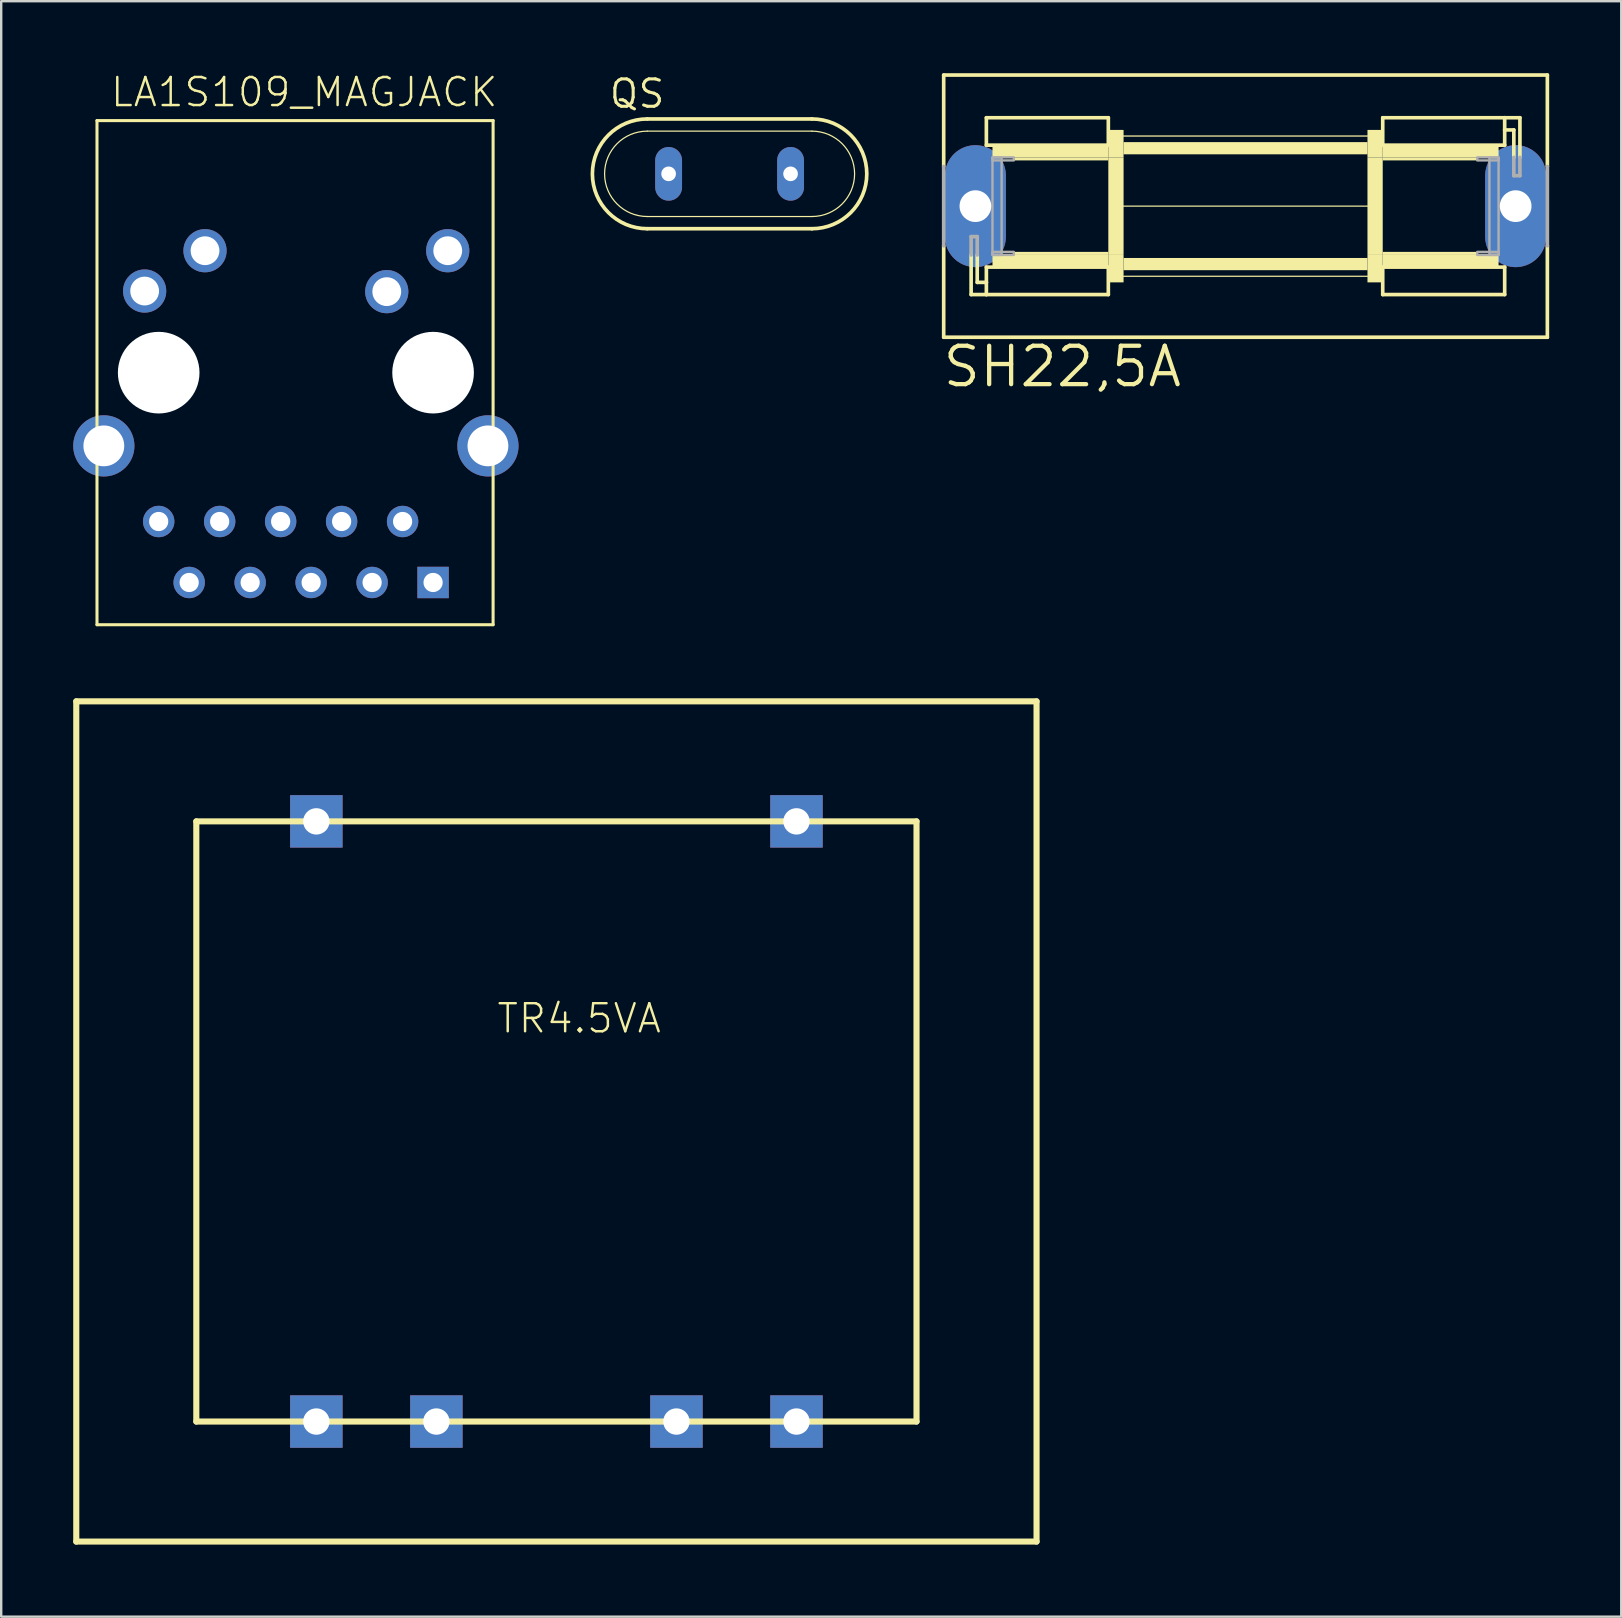
<source format=kicad_pcb>
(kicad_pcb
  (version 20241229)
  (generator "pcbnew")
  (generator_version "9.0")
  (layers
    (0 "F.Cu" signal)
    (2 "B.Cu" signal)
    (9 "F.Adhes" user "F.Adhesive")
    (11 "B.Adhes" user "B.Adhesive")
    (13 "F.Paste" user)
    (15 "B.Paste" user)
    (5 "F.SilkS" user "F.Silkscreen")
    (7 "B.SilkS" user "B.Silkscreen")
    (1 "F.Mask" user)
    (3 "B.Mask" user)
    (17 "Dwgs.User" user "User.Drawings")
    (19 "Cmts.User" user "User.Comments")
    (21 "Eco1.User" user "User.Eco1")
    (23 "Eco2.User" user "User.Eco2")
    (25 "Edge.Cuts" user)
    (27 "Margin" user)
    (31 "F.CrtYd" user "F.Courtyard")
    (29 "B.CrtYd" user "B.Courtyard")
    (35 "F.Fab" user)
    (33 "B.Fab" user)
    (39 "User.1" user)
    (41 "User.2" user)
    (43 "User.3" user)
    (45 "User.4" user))
  (footprint "LA1S109_MAGJACK"
    (layer "F.Cu")
    (at 14.99 12.473)
    (property "Reference" "LA1S109_MAGJACK" (at -13.5 -11 0) (unlocked yes) (layer "F.SilkS") (effects (font (size 1.168 1.168) (thickness 0.102)) (justify left bottom)))
    (fp_line (start -14 -10.5) (end -14 10.5) (stroke (width 0.127) (type solid)) (layer "F.SilkS"))
    (fp_line (start -14 10.5) (end 2.5 10.5) (stroke (width 0.127) (type solid)) (layer "F.SilkS"))
    (fp_line (start 2.5 -10.5) (end -14 -10.5) (stroke (width 0.127) (type solid)) (layer "F.SilkS"))
    (fp_line (start 2.5 10.5) (end 2.5 -10.5) (stroke (width 0.127) (type solid)) (layer "F.SilkS"))
    (pad "" np_thru_hole circle (at -11.43 0) (size 3.4 3.4) (drill 3.4) (layers "*.Cu" "*.Mask"))
    (pad "" np_thru_hole circle (at 0 0) (size 3.4 3.4) (drill 3.4) (layers "*.Cu" "*.Mask"))
    (pad "GREEN+" thru_hole circle (at 0.61 -5.08) (size 1.8 1.8) (drill 1.2) (layers "*.Cu" "*.Mask"))
    (pad "GREEN-" thru_hole circle (at -1.93 -3.375) (size 1.8 1.8) (drill 1.2) (layers "*.Cu" "*.Mask"))
    (pad "P$1" thru_hole rect (at 0 8.74) (size 1.308 1.308) (drill 0.8) (layers "*.Cu" "*.Mask"))
    (pad "P$2" thru_hole circle (at -1.27 6.2) (size 1.308 1.308) (drill 0.8) (layers "*.Cu" "*.Mask"))
    (pad "P$3" thru_hole circle (at -2.54 8.74) (size 1.308 1.308) (drill 0.8) (layers "*.Cu" "*.Mask"))
    (pad "P$4" thru_hole circle (at -3.81 6.2) (size 1.308 1.308) (drill 0.8) (layers "*.Cu" "*.Mask"))
    (pad "P$5" thru_hole circle (at -5.08 8.74) (size 1.308 1.308) (drill 0.8) (layers "*.Cu" "*.Mask"))
    (pad "P$6" thru_hole circle (at -6.35 6.2) (size 1.308 1.308) (drill 0.8) (layers "*.Cu" "*.Mask"))
    (pad "P$7" thru_hole circle (at -7.62 8.74) (size 1.308 1.308) (drill 0.8) (layers "*.Cu" "*.Mask"))
    (pad "P$8" thru_hole circle (at -8.89 6.2) (size 1.308 1.308) (drill 0.8) (layers "*.Cu" "*.Mask"))
    (pad "P$9" thru_hole circle (at -10.16 8.74) (size 1.308 1.308) (drill 0.8) (layers "*.Cu" "*.Mask"))
    (pad "P$10" thru_hole circle (at -11.43 6.2) (size 1.308 1.308) (drill 0.8) (layers "*.Cu" "*.Mask"))
    (pad "SHIELD" thru_hole circle (at -13.715 3.05) (size 2.55 2.55) (drill 1.7) (layers "*.Cu" "*.Mask"))
    (pad "SHIELD2" thru_hole circle (at 2.285 3.05) (size 2.55 2.55) (drill 1.7) (layers "*.Cu" "*.Mask"))
    (pad "YELLO+" thru_hole circle (at -12.015 -3.4) (size 1.8 1.8) (drill 1.2) (layers "*.Cu" "*.Mask"))
    (pad "YELLOW-" thru_hole circle (at -9.5 -5.08) (size 1.8 1.8) (drill 1.2) (layers "*.Cu" "*.Mask")))
  (footprint "TR4.5VA"
    (layer "F.Cu")
    (at 20.127 31.164)
    (property "Reference" "TR4.5VA" (at -2.54 8.89 0) (unlocked yes) (layer "F.SilkS") (effects (font (size 1.168 1.168) (thickness 0.102)) (justify left bottom)))
    (fp_line (start -20 -5) (end -20 30) (stroke (width 0.254) (type solid)) (layer "F.SilkS"))
    (fp_line (start -20 30) (end 20 30) (stroke (width 0.254) (type solid)) (layer "F.SilkS"))
    (fp_line (start -15 0) (end -15 25) (stroke (width 0.254) (type solid)) (layer "F.SilkS"))
    (fp_line (start -15 25) (end 15 25) (stroke (width 0.254) (type solid)) (layer "F.SilkS"))
    (fp_line (start 15 0) (end -15 0) (stroke (width 0.254) (type solid)) (layer "F.SilkS"))
    (fp_line (start 15 25) (end 15 0) (stroke (width 0.254) (type solid)) (layer "F.SilkS"))
    (fp_line (start 20 -5) (end -20 -5) (stroke (width 0.254) (type solid)) (layer "F.SilkS"))
    (fp_line (start 20 30) (end 20 -5) (stroke (width 0.254) (type solid)) (layer "F.SilkS"))
    (pad "PR1" thru_hole rect (at -10 0) (size 2.184 2.184) (drill 1.1) (layers "*.Cu" "*.Mask"))
    (pad "PR2" thru_hole rect (at 10 0) (size 2.184 2.184) (drill 1.1) (layers "*.Cu" "*.Mask"))
    (pad "SA_1" thru_hole rect (at -10 25) (size 2.184 2.184) (drill 1.1) (layers "*.Cu" "*.Mask"))
    (pad "SA_2" thru_hole rect (at -5 25) (size 2.184 2.184) (drill 1.1) (layers "*.Cu" "*.Mask"))
    (pad "SB1" thru_hole rect (at 5 25) (size 2.184 2.184) (drill 1.1) (layers "*.Cu" "*.Mask"))
    (pad "SB2" thru_hole rect (at 10 25) (size 2.184 2.184) (drill 1.1) (layers "*.Cu" "*.Mask")))
  (footprint "SH22,5A"
    (layer "F.Cu")
    (at 48.832 5.537)
    (property "Reference" "SH22,5A" (at -12.7 7.62 0) (unlocked yes) (layer "F.SilkS") (effects (font (size 1.6 1.6) (thickness 0.178)) (justify left bottom)))
    (fp_line (start -12.573 -5.461) (end -12.573 -1.651) (stroke (width 0.152) (type solid)) (layer "F.SilkS"))
    (fp_line (start -12.573 1.651) (end -12.573 5.461) (stroke (width 0.152) (type solid)) (layer "F.SilkS"))
    (fp_line (start -12.573 5.461) (end 12.573 5.461) (stroke (width 0.152) (type solid)) (layer "F.SilkS"))
    (fp_line (start -11.43 3.683) (end -11.43 2.032) (stroke (width 0.152) (type solid)) (layer "F.SilkS"))
    (fp_line (start -11.176 2.032) (end -11.176 3.175) (stroke (width 0.152) (type solid)) (layer "F.SilkS"))
    (fp_line (start -11.176 3.175) (end -10.795 3.175) (stroke (width 0.152) (type solid)) (layer "F.SilkS"))
    (fp_line (start -10.795 -3.683) (end -10.795 -2.54) (stroke (width 0.152) (type solid)) (layer "F.SilkS"))
    (fp_line (start -10.795 -3.683) (end -5.715 -3.683) (stroke (width 0.152) (type solid)) (layer "F.SilkS"))
    (fp_line (start -10.795 -2.54) (end -5.715 -2.54) (stroke (width 0.152) (type solid)) (layer "F.SilkS"))
    (fp_line (start -10.795 2.54) (end -5.715 2.54) (stroke (width 0.152) (type solid)) (layer "F.SilkS"))
    (fp_line (start -10.795 3.175) (end -10.795 2.54) (stroke (width 0.152) (type solid)) (layer "F.SilkS"))
    (fp_line (start -10.795 3.683) (end -11.43 3.683) (stroke (width 0.152) (type solid)) (layer "F.SilkS"))
    (fp_line (start -10.795 3.683) (end -10.795 3.175) (stroke (width 0.152) (type solid)) (layer "F.SilkS"))
    (fp_line (start -5.715 -2.54) (end -5.715 -3.683) (stroke (width 0.152) (type solid)) (layer "F.SilkS"))
    (fp_line (start -5.715 3.683) (end -10.795 3.683) (stroke (width 0.152) (type solid)) (layer "F.SilkS"))
    (fp_line (start -5.715 3.683) (end -5.715 2.54) (stroke (width 0.152) (type solid)) (layer "F.SilkS"))
    (fp_line (start -5.207 0) (end 5.207 0) (stroke (width 0.051) (type solid)) (layer "F.SilkS"))
    (fp_line (start -5.08 -2.921) (end 5.08 -2.921) (stroke (width 0.051) (type solid)) (layer "F.SilkS"))
    (fp_line (start -5.08 2.921) (end 5.08 2.921) (stroke (width 0.051) (type solid)) (layer "F.SilkS"))
    (fp_line (start 5.715 -3.683) (end 5.715 -2.54) (stroke (width 0.152) (type solid)) (layer "F.SilkS"))
    (fp_line (start 5.715 -3.683) (end 10.795 -3.683) (stroke (width 0.152) (type solid)) (layer "F.SilkS"))
    (fp_line (start 5.715 2.54) (end 5.715 3.683) (stroke (width 0.152) (type solid)) (layer "F.SilkS"))
    (fp_line (start 10.795 -3.683) (end 10.795 -3.175) (stroke (width 0.152) (type solid)) (layer "F.SilkS"))
    (fp_line (start 10.795 -3.683) (end 11.43 -3.683) (stroke (width 0.152) (type solid)) (layer "F.SilkS"))
    (fp_line (start 10.795 -3.175) (end 10.795 -2.54) (stroke (width 0.152) (type solid)) (layer "F.SilkS"))
    (fp_line (start 10.795 -2.54) (end 5.715 -2.54) (stroke (width 0.152) (type solid)) (layer "F.SilkS"))
    (fp_line (start 10.795 2.54) (end 5.715 2.54) (stroke (width 0.152) (type solid)) (layer "F.SilkS"))
    (fp_line (start 10.795 3.683) (end 5.715 3.683) (stroke (width 0.152) (type solid)) (layer "F.SilkS"))
    (fp_line (start 10.795 3.683) (end 10.795 2.54) (stroke (width 0.152) (type solid)) (layer "F.SilkS"))
    (fp_line (start 11.176 -3.175) (end 10.795 -3.175) (stroke (width 0.152) (type solid)) (layer "F.SilkS"))
    (fp_line (start 11.176 -2.032) (end 11.176 -3.175) (stroke (width 0.152) (type solid)) (layer "F.SilkS"))
    (fp_line (start 11.43 -3.683) (end 11.43 -2.032) (stroke (width 0.152) (type solid)) (layer "F.SilkS"))
    (fp_line (start 12.573 -5.461) (end -12.573 -5.461) (stroke (width 0.152) (type solid)) (layer "F.SilkS"))
    (fp_line (start 12.573 -5.461) (end 12.573 -1.651) (stroke (width 0.152) (type solid)) (layer "F.SilkS"))
    (fp_line (start 12.573 1.651) (end 12.573 5.461) (stroke (width 0.152) (type solid)) (layer "F.SilkS"))
    (fp_poly (pts (xy -10.541 -2.032) (xy -5.715 -2.032) (xy -5.715 -2.54) (xy -10.541 -2.54)) (stroke (width 0) (type default)) (fill yes) (layer "F.SilkS"))
    (fp_poly (pts (xy -10.541 2.54) (xy -5.715 2.54) (xy -5.715 2.032) (xy -10.541 2.032)) (stroke (width 0) (type default)) (fill yes) (layer "F.SilkS"))
    (fp_poly (pts (xy -9.652 -1.905) (xy -5.715 -1.905) (xy -5.715 -2.032) (xy -9.652 -2.032)) (stroke (width 0) (type default)) (fill yes) (layer "F.SilkS"))
    (fp_poly (pts (xy -9.652 2.032) (xy -5.715 2.032) (xy -5.715 1.905) (xy -9.652 1.905)) (stroke (width 0) (type default)) (fill yes) (layer "F.SilkS"))
    (fp_poly (pts (xy -5.715 -2.032) (xy -5.08 -2.032) (xy -5.08 -3.175) (xy -5.715 -3.175)) (stroke (width 0) (type default)) (fill yes) (layer "F.SilkS"))
    (fp_poly (pts (xy -5.715 2.032) (xy -5.08 2.032) (xy -5.08 -2.032) (xy -5.715 -2.032)) (stroke (width 0) (type default)) (fill yes) (layer "F.SilkS"))
    (fp_poly (pts (xy -5.715 3.175) (xy -5.08 3.175) (xy -5.08 2.032) (xy -5.715 2.032)) (stroke (width 0) (type default)) (fill yes) (layer "F.SilkS"))
    (fp_poly (pts (xy -5.08 -2.159) (xy 5.08 -2.159) (xy 5.08 -2.667) (xy -5.08 -2.667)) (stroke (width 0) (type default)) (fill yes) (layer "F.SilkS"))
    (fp_poly (pts (xy -5.08 2.667) (xy 5.08 2.667) (xy 5.08 2.159) (xy -5.08 2.159)) (stroke (width 0) (type default)) (fill yes) (layer "F.SilkS"))
    (fp_poly (pts (xy 5.08 -2.032) (xy 5.715 -2.032) (xy 5.715 -3.175) (xy 5.08 -3.175)) (stroke (width 0) (type default)) (fill yes) (layer "F.SilkS"))
    (fp_poly (pts (xy 5.08 2.032) (xy 5.715 2.032) (xy 5.715 -2.032) (xy 5.08 -2.032)) (stroke (width 0) (type default)) (fill yes) (layer "F.SilkS"))
    (fp_poly (pts (xy 5.08 3.175) (xy 5.715 3.175) (xy 5.715 2.032) (xy 5.08 2.032)) (stroke (width 0) (type default)) (fill yes) (layer "F.SilkS"))
    (fp_poly (pts (xy 5.715 -2.032) (xy 10.541 -2.032) (xy 10.541 -2.54) (xy 5.715 -2.54)) (stroke (width 0) (type default)) (fill yes) (layer "F.SilkS"))
    (fp_poly (pts (xy 5.715 -1.905) (xy 9.652 -1.905) (xy 9.652 -2.032) (xy 5.715 -2.032)) (stroke (width 0) (type default)) (fill yes) (layer "F.SilkS"))
    (fp_poly (pts (xy 5.715 2.032) (xy 9.652 2.032) (xy 9.652 1.905) (xy 5.715 1.905)) (stroke (width 0) (type default)) (fill yes) (layer "F.SilkS"))
    (fp_poly (pts (xy 5.715 2.54) (xy 10.541 2.54) (xy 10.541 2.032) (xy 5.715 2.032)) (stroke (width 0) (type default)) (fill yes) (layer "F.SilkS"))
    (fp_line (start -12.573 1.651) (end -12.573 -1.651) (stroke (width 0.152) (type solid)) (layer "F.Fab"))
    (fp_line (start -11.43 1.27) (end -11.176 1.27) (stroke (width 0.152) (type solid)) (layer "F.Fab"))
    (fp_line (start -11.43 2.032) (end -11.43 1.27) (stroke (width 0.152) (type solid)) (layer "F.Fab"))
    (fp_line (start -11.176 1.27) (end -11.176 2.032) (stroke (width 0.152) (type solid)) (layer "F.Fab"))
    (fp_line (start 11.176 -1.27) (end 11.176 -2.032) (stroke (width 0.152) (type solid)) (layer "F.Fab"))
    (fp_line (start 11.43 -2.032) (end 11.43 -1.27) (stroke (width 0.152) (type solid)) (layer "F.Fab"))
    (fp_line (start 11.43 -1.27) (end 11.176 -1.27) (stroke (width 0.152) (type solid)) (layer "F.Fab"))
    (fp_line (start 12.573 1.651) (end 12.573 -1.651) (stroke (width 0.152) (type solid)) (layer "F.Fab"))
    (fp_poly (pts (xy -10.541 -1.905) (xy -9.652 -1.905) (xy -9.652 -2.032) (xy -10.541 -2.032)) (stroke (width 0.1) (type default)) (fill no) (layer "F.Fab"))
    (fp_poly (pts (xy -10.541 2.032) (xy -10.16 2.032) (xy -10.16 -2.032) (xy -10.541 -2.032)) (stroke (width 0.1) (type default)) (fill no) (layer "F.Fab"))
    (fp_poly (pts (xy -10.541 2.032) (xy -9.652 2.032) (xy -9.652 1.905) (xy -10.541 1.905)) (stroke (width 0.1) (type default)) (fill no) (layer "F.Fab"))
    (fp_poly (pts (xy 9.652 -1.905) (xy 10.541 -1.905) (xy 10.541 -2.032) (xy 9.652 -2.032)) (stroke (width 0.1) (type default)) (fill no) (layer "F.Fab"))
    (fp_poly (pts (xy 9.652 2.032) (xy 10.541 2.032) (xy 10.541 1.905) (xy 9.652 1.905)) (stroke (width 0.1) (type default)) (fill no) (layer "F.Fab"))
    (fp_poly (pts (xy 10.16 2.032) (xy 10.541 2.032) (xy 10.541 -2.032) (xy 10.16 -2.032)) (stroke (width 0.1) (type default)) (fill no) (layer "F.Fab"))
    (pad "1" thru_hole oval (at -11.252 0 90) (size 5.08 2.54) (drill 1.321) (layers "*.Cu" "*.Mask"))
    (pad "2" thru_hole oval (at 11.252 0 90) (size 5.08 2.54) (drill 1.321) (layers "*.Cu" "*.Mask")))
  (footprint "QS"
    (layer "F.Cu")
    (at 27.341 4.191)
    (property "Reference" "QS" (at -5.08 -2.667 0) (unlocked yes) (layer "F.SilkS") (effects (font (size 1.143 1.143) (thickness 0.127)) (justify left bottom)))
    (fp_line (start -3.429 1.778) (end 3.429 1.778) (stroke (width 0.051) (type solid)) (layer "F.SilkS"))
    (fp_line (start -3.429 2.286) (end 3.429 2.286) (stroke (width 0.152) (type solid)) (layer "F.SilkS"))
    (fp_line (start 3.429 -2.286) (end -3.429 -2.286) (stroke (width 0.152) (type solid)) (layer "F.SilkS"))
    (fp_line (start 3.429 -1.778) (end -3.429 -1.778) (stroke (width 0.051) (type solid)) (layer "F.SilkS"))
    (fp_arc (start -3.429 1.778) (mid -5.207 0) (end -3.429 -1.778) (stroke (width 0.0508) (type solid)) (layer "F.SilkS"))
    (fp_arc (start -3.429 2.286) (mid -5.715 0) (end -3.429 -2.286) (stroke (width 0.1524) (type solid)) (layer "F.SilkS"))
    (fp_arc (start 3.429 -2.286) (mid 5.715 0) (end 3.429 2.286) (stroke (width 0.1524) (type solid)) (layer "F.SilkS"))
    (fp_arc (start 3.429 -1.778) (mid 5.207 0) (end 3.429 1.778) (stroke (width 0.0508) (type solid)) (layer "F.SilkS"))
    (pad "1" thru_hole oval (at -2.54 0 90) (size 2.235 1.118) (drill 0.61) (layers "*.Cu" "*.Mask"))
    (pad "2" thru_hole oval (at 2.54 0 90) (size 2.235 1.118) (drill 0.61) (layers "*.Cu" "*.Mask")))
  (gr_rect
    (start -3 -3)
    (end 64.482 64.291)
    (stroke (width 0.1) (type default))
    (fill no)
    (layer "Edge.Cuts")))
</source>
